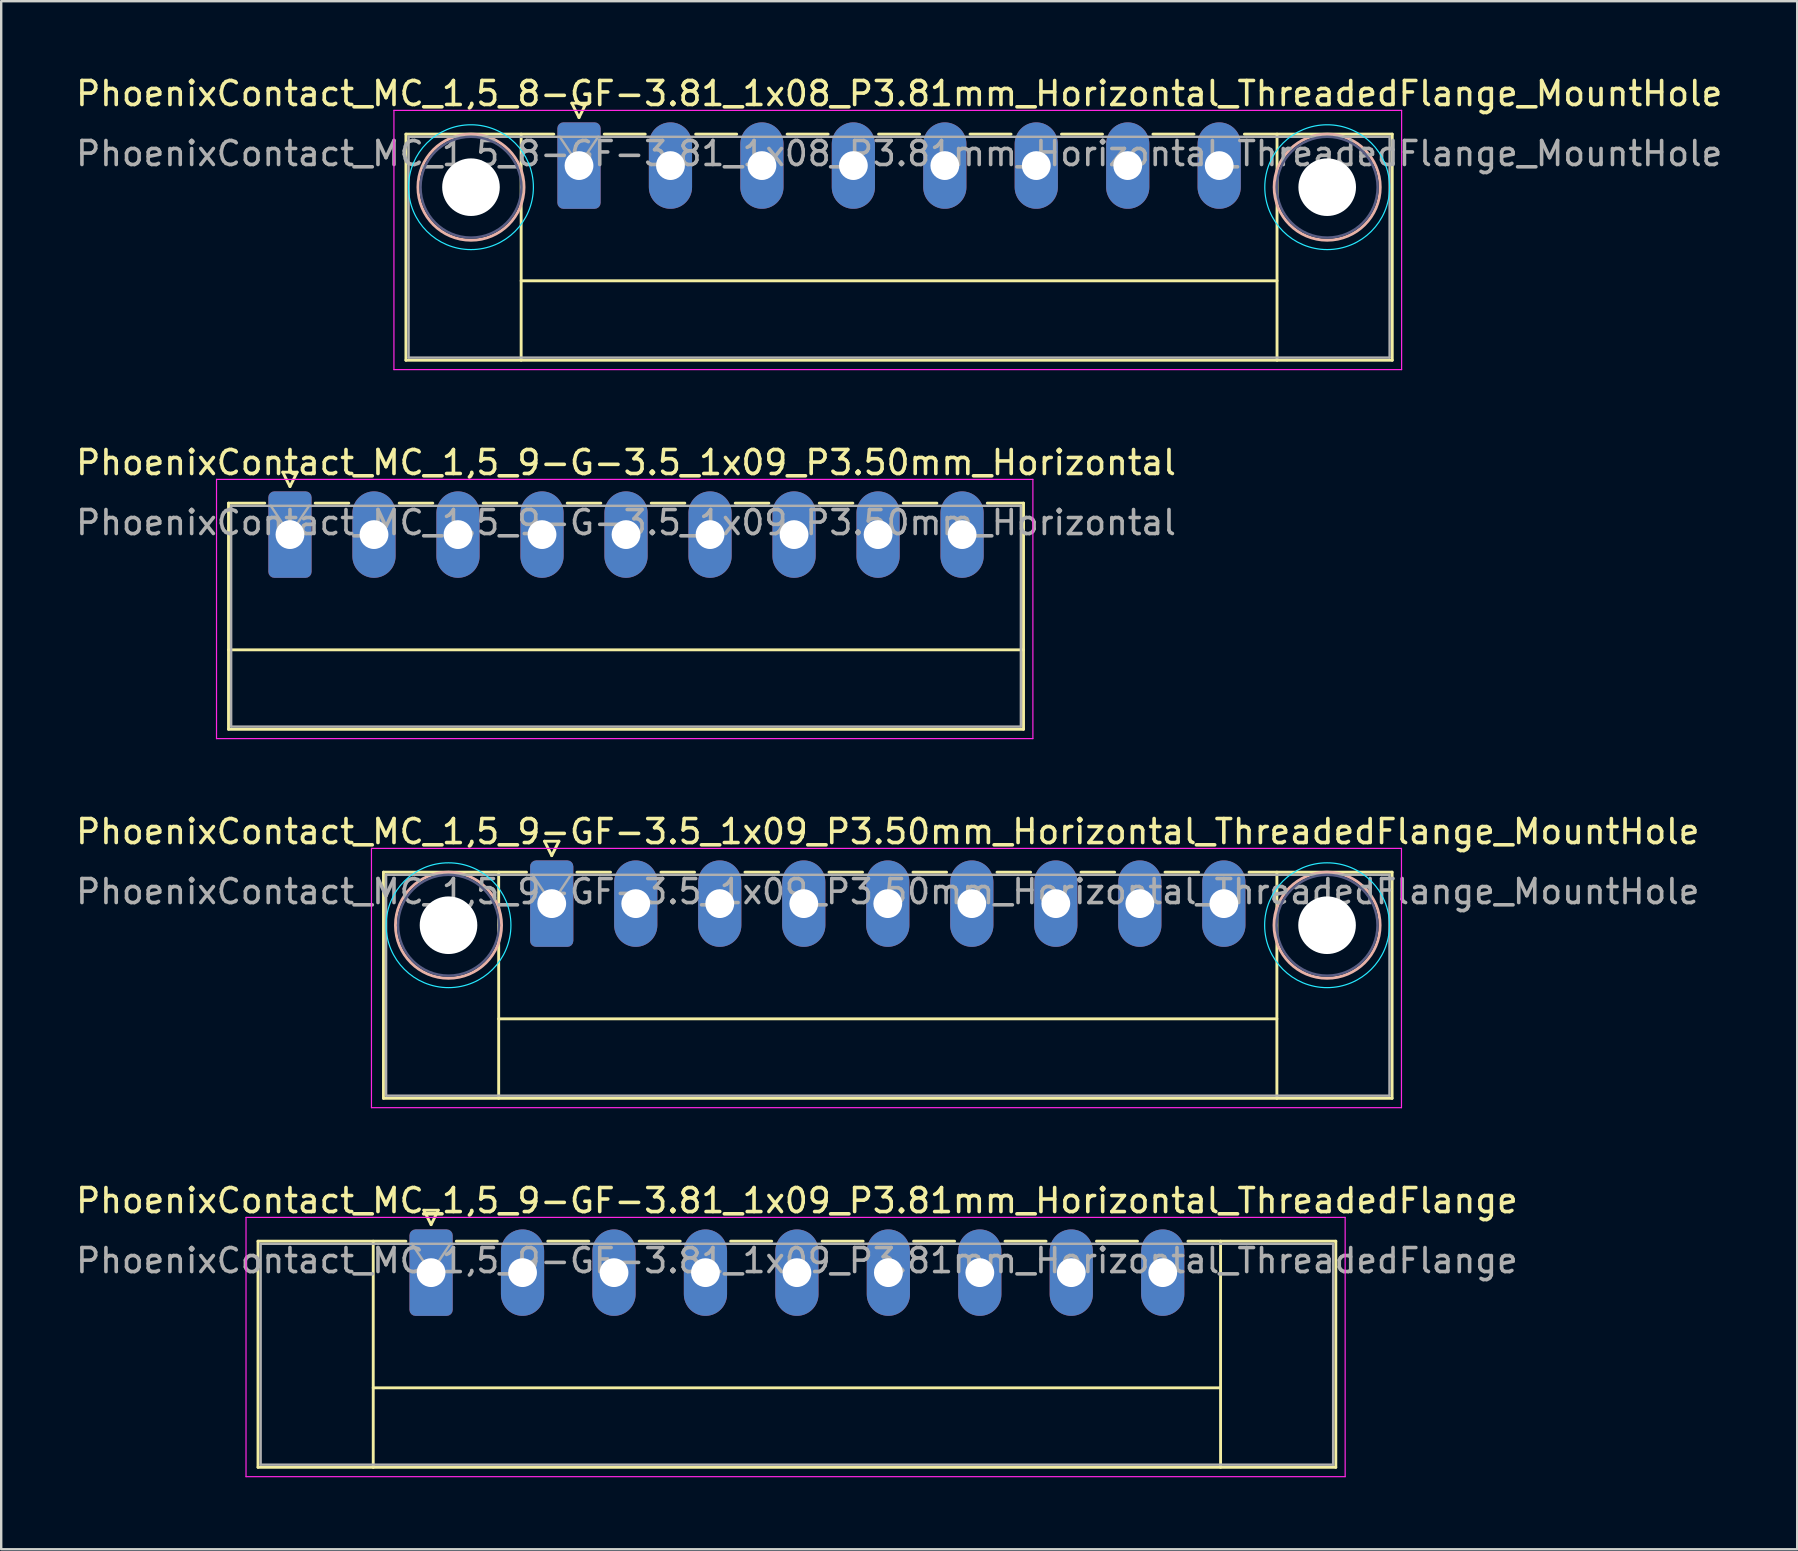
<source format=kicad_pcb>
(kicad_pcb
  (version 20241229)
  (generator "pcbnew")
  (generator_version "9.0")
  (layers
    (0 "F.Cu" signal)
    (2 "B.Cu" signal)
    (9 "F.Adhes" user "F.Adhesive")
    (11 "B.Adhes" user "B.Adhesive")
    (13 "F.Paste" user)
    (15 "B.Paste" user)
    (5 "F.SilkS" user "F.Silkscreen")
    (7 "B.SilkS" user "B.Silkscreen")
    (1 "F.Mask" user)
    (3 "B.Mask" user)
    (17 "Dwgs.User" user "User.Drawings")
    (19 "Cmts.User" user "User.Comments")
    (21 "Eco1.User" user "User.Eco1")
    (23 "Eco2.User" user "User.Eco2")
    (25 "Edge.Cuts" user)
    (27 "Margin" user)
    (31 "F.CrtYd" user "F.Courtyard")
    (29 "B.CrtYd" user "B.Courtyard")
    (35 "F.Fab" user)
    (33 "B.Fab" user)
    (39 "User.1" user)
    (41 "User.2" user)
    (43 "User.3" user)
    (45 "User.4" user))
  (footprint "PhoenixContact_MC_1,5_9-G-3.5_1x09_P3.50mm_Horizontal"
    (layer "F.Cu")
    (at 9.03 19.221)
    (property "Reference" "PhoenixContact_MC_1,5_9-G-3.5_1x09_P3.50mm_Horizontal" (at 14 -3 0) (layer "F.SilkS") (effects (font (size 1 1) (thickness 0.15))))
    (attr through_hole)
    (fp_line (start -2.56 -1.31) (end -2.56 8.11) (stroke (width 0.12) (type solid)) (layer "F.SilkS"))
    (fp_line (start -2.56 -1.31) (end -1.05 -1.31) (stroke (width 0.12) (type solid)) (layer "F.SilkS"))
    (fp_line (start -2.56 4.8) (end 30.56 4.8) (stroke (width 0.12) (type solid)) (layer "F.SilkS"))
    (fp_line (start -2.56 8.11) (end 30.56 8.11) (stroke (width 0.12) (type solid)) (layer "F.SilkS"))
    (fp_line (start -0.3 -2.6) (end 0.3 -2.6) (stroke (width 0.12) (type solid)) (layer "F.SilkS"))
    (fp_line (start 0 -2) (end -0.3 -2.6) (stroke (width 0.12) (type solid)) (layer "F.SilkS"))
    (fp_line (start 0.3 -2.6) (end 0 -2) (stroke (width 0.12) (type solid)) (layer "F.SilkS"))
    (fp_line (start 1.05 -1.31) (end 2.45 -1.31) (stroke (width 0.12) (type solid)) (layer "F.SilkS"))
    (fp_line (start 4.55 -1.31) (end 5.95 -1.31) (stroke (width 0.12) (type solid)) (layer "F.SilkS"))
    (fp_line (start 8.05 -1.31) (end 9.45 -1.31) (stroke (width 0.12) (type solid)) (layer "F.SilkS"))
    (fp_line (start 11.55 -1.31) (end 12.95 -1.31) (stroke (width 0.12) (type solid)) (layer "F.SilkS"))
    (fp_line (start 15.05 -1.31) (end 16.45 -1.31) (stroke (width 0.12) (type solid)) (layer "F.SilkS"))
    (fp_line (start 18.55 -1.31) (end 19.95 -1.31) (stroke (width 0.12) (type solid)) (layer "F.SilkS"))
    (fp_line (start 22.05 -1.31) (end 23.45 -1.31) (stroke (width 0.12) (type solid)) (layer "F.SilkS"))
    (fp_line (start 25.55 -1.31) (end 26.95 -1.31) (stroke (width 0.12) (type solid)) (layer "F.SilkS"))
    (fp_line (start 30.56 -1.31) (end 29.05 -1.31) (stroke (width 0.12) (type solid)) (layer "F.SilkS"))
    (fp_line (start 30.56 8.11) (end 30.56 -1.31) (stroke (width 0.12) (type solid)) (layer "F.SilkS"))
    (fp_line (start -3.06 -2.3) (end -3.06 8.5) (stroke (width 0.05) (type solid)) (layer "F.CrtYd"))
    (fp_line (start -3.06 8.5) (end 30.95 8.5) (stroke (width 0.05) (type solid)) (layer "F.CrtYd"))
    (fp_line (start 30.95 -2.3) (end -3.06 -2.3) (stroke (width 0.05) (type solid)) (layer "F.CrtYd"))
    (fp_line (start 30.95 8.5) (end 30.95 -2.3) (stroke (width 0.05) (type solid)) (layer "F.CrtYd"))
    (fp_line (start -2.45 -1.2) (end -2.45 8) (stroke (width 0.1) (type solid)) (layer "F.Fab"))
    (fp_line (start -2.45 8) (end 30.45 8) (stroke (width 0.1) (type solid)) (layer "F.Fab"))
    (fp_line (start 0 0) (end -0.8 -1.2) (stroke (width 0.1) (type solid)) (layer "F.Fab"))
    (fp_line (start 0.8 -1.2) (end 0 0) (stroke (width 0.1) (type solid)) (layer "F.Fab"))
    (fp_line (start 30.45 -1.2) (end -2.45 -1.2) (stroke (width 0.1) (type solid)) (layer "F.Fab"))
    (fp_line (start 30.45 8) (end 30.45 -1.2) (stroke (width 0.1) (type solid)) (layer "F.Fab"))
    (fp_text user "${REFERENCE}" (at 14 -0.5 0) (layer "F.Fab") (effects (font (size 1 1) (thickness 0.15))))
    (pad "1" thru_hole roundrect (at 0 0) (size 1.8 3.6) (drill 1.2) (layers "*.Cu" "*.Mask") (roundrect_rratio 0.139))
    (pad "2" thru_hole oval (at 3.5 0) (size 1.8 3.6) (drill 1.2) (layers "*.Cu" "*.Mask"))
    (pad "3" thru_hole oval (at 7 0) (size 1.8 3.6) (drill 1.2) (layers "*.Cu" "*.Mask"))
    (pad "4" thru_hole oval (at 10.5 0) (size 1.8 3.6) (drill 1.2) (layers "*.Cu" "*.Mask"))
    (pad "5" thru_hole oval (at 14 0) (size 1.8 3.6) (drill 1.2) (layers "*.Cu" "*.Mask"))
    (pad "6" thru_hole oval (at 17.5 0) (size 1.8 3.6) (drill 1.2) (layers "*.Cu" "*.Mask"))
    (pad "7" thru_hole oval (at 21 0) (size 1.8 3.6) (drill 1.2) (layers "*.Cu" "*.Mask"))
    (pad "8" thru_hole oval (at 24.5 0) (size 1.8 3.6) (drill 1.2) (layers "*.Cu" "*.Mask"))
    (pad "9" thru_hole oval (at 28 0) (size 1.8 3.6) (drill 1.2) (layers "*.Cu" "*.Mask")))
  (footprint "PhoenixContact_MC_1,5_9-GF-3.5_1x09_P3.50mm_Horizontal_ThreadedFlange_MountHole"
    (layer "F.Cu")
    (at 19.935 34.595)
    (property "Reference" "PhoenixContact_MC_1,5_9-GF-3.5_1x09_P3.50mm_Horizontal_ThreadedFlange_MountHole" (at 14 -3 0) (layer "F.SilkS") (effects (font (size 1 1) (thickness 0.15))))
    (attr through_hole)
    (fp_line (start -7.01 -1.31) (end -7.01 8.11) (stroke (width 0.12) (type solid)) (layer "F.SilkS"))
    (fp_line (start -7.01 -1.31) (end -1.05 -1.31) (stroke (width 0.12) (type solid)) (layer "F.SilkS"))
    (fp_line (start -7.01 8.11) (end 35.01 8.11) (stroke (width 0.12) (type solid)) (layer "F.SilkS"))
    (fp_line (start -2.21 -1.31) (end -2.21 8.11) (stroke (width 0.12) (type solid)) (layer "F.SilkS"))
    (fp_line (start -2.21 4.8) (end 30.21 4.8) (stroke (width 0.12) (type solid)) (layer "F.SilkS"))
    (fp_line (start -0.3 -2.6) (end 0.3 -2.6) (stroke (width 0.12) (type solid)) (layer "F.SilkS"))
    (fp_line (start 0 -2) (end -0.3 -2.6) (stroke (width 0.12) (type solid)) (layer "F.SilkS"))
    (fp_line (start 0.3 -2.6) (end 0 -2) (stroke (width 0.12) (type solid)) (layer "F.SilkS"))
    (fp_line (start 1.05 -1.31) (end 2.45 -1.31) (stroke (width 0.12) (type solid)) (layer "F.SilkS"))
    (fp_line (start 4.55 -1.31) (end 5.95 -1.31) (stroke (width 0.12) (type solid)) (layer "F.SilkS"))
    (fp_line (start 8.05 -1.31) (end 9.45 -1.31) (stroke (width 0.12) (type solid)) (layer "F.SilkS"))
    (fp_line (start 11.55 -1.31) (end 12.95 -1.31) (stroke (width 0.12) (type solid)) (layer "F.SilkS"))
    (fp_line (start 15.05 -1.31) (end 16.45 -1.31) (stroke (width 0.12) (type solid)) (layer "F.SilkS"))
    (fp_line (start 18.55 -1.31) (end 19.95 -1.31) (stroke (width 0.12) (type solid)) (layer "F.SilkS"))
    (fp_line (start 22.05 -1.31) (end 23.45 -1.31) (stroke (width 0.12) (type solid)) (layer "F.SilkS"))
    (fp_line (start 25.55 -1.31) (end 26.95 -1.31) (stroke (width 0.12) (type solid)) (layer "F.SilkS"))
    (fp_line (start 30.21 -1.31) (end 30.21 8.11) (stroke (width 0.12) (type solid)) (layer "F.SilkS"))
    (fp_line (start 35.01 -1.31) (end 29.05 -1.31) (stroke (width 0.12) (type solid)) (layer "F.SilkS"))
    (fp_line (start 35.01 8.11) (end 35.01 -1.31) (stroke (width 0.12) (type solid)) (layer "F.SilkS"))
    (fp_circle (center -4.3 0.9) (end -2.09 0.9) (stroke (width 0.12) (type solid)) (fill no) (layer "B.SilkS"))
    (fp_circle (center 32.3 0.9) (end 34.51 0.9) (stroke (width 0.12) (type solid)) (fill no) (layer "B.SilkS"))
    (fp_circle (center -4.3 0.9) (end -1.7 0.9) (stroke (width 0.05) (type solid)) (fill no) (layer "B.CrtYd"))
    (fp_circle (center 32.3 0.9) (end 34.9 0.9) (stroke (width 0.05) (type solid)) (fill no) (layer "B.CrtYd"))
    (fp_line (start -7.51 -2.3) (end -7.51 8.5) (stroke (width 0.05) (type solid)) (layer "F.CrtYd"))
    (fp_line (start -7.51 8.5) (end 35.4 8.5) (stroke (width 0.05) (type solid)) (layer "F.CrtYd"))
    (fp_line (start 35.4 -2.3) (end -7.51 -2.3) (stroke (width 0.05) (type solid)) (layer "F.CrtYd"))
    (fp_line (start 35.4 8.5) (end 35.4 -2.3) (stroke (width 0.05) (type solid)) (layer "F.CrtYd"))
    (fp_circle (center -4.3 0.9) (end -2.2 0.9) (stroke (width 0.1) (type solid)) (fill no) (layer "B.Fab"))
    (fp_circle (center 32.3 0.9) (end 34.4 0.9) (stroke (width 0.1) (type solid)) (fill no) (layer "B.Fab"))
    (fp_line (start -6.9 -1.2) (end -6.9 8) (stroke (width 0.1) (type solid)) (layer "F.Fab"))
    (fp_line (start -6.9 8) (end 34.9 8) (stroke (width 0.1) (type solid)) (layer "F.Fab"))
    (fp_line (start 0 0) (end -0.8 -1.2) (stroke (width 0.1) (type solid)) (layer "F.Fab"))
    (fp_line (start 0.8 -1.2) (end 0 0) (stroke (width 0.1) (type solid)) (layer "F.Fab"))
    (fp_line (start 34.9 -1.2) (end -6.9 -1.2) (stroke (width 0.1) (type solid)) (layer "F.Fab"))
    (fp_line (start 34.9 8) (end 34.9 -1.2) (stroke (width 0.1) (type solid)) (layer "F.Fab"))
    (fp_text user "${REFERENCE}" (at 14 -0.5 0) (layer "F.Fab") (effects (font (size 1 1) (thickness 0.15))))
    (pad "" np_thru_hole circle (at -4.3 0.9) (size 2.4 2.4) (drill 2.4) (layers "*.Cu" "*.Mask"))
    (pad "" np_thru_hole circle (at 32.3 0.9) (size 2.4 2.4) (drill 2.4) (layers "*.Cu" "*.Mask"))
    (pad "1" thru_hole roundrect (at 0 0) (size 1.8 3.6) (drill 1.2) (layers "*.Cu" "*.Mask") (roundrect_rratio 0.139))
    (pad "2" thru_hole oval (at 3.5 0) (size 1.8 3.6) (drill 1.2) (layers "*.Cu" "*.Mask"))
    (pad "3" thru_hole oval (at 7 0) (size 1.8 3.6) (drill 1.2) (layers "*.Cu" "*.Mask"))
    (pad "4" thru_hole oval (at 10.5 0) (size 1.8 3.6) (drill 1.2) (layers "*.Cu" "*.Mask"))
    (pad "5" thru_hole oval (at 14 0) (size 1.8 3.6) (drill 1.2) (layers "*.Cu" "*.Mask"))
    (pad "6" thru_hole oval (at 17.5 0) (size 1.8 3.6) (drill 1.2) (layers "*.Cu" "*.Mask"))
    (pad "7" thru_hole oval (at 21 0) (size 1.8 3.6) (drill 1.2) (layers "*.Cu" "*.Mask"))
    (pad "8" thru_hole oval (at 24.5 0) (size 1.8 3.6) (drill 1.2) (layers "*.Cu" "*.Mask"))
    (pad "9" thru_hole oval (at 28 0) (size 1.8 3.6) (drill 1.2) (layers "*.Cu" "*.Mask")))
  (footprint "PhoenixContact_MC_1,5_8-GF-3.81_1x08_P3.81mm_Horizontal_ThreadedFlange_MountHole"
    (layer "F.Cu")
    (at 21.071 3.848)
    (property "Reference" "PhoenixContact_MC_1,5_8-GF-3.81_1x08_P3.81mm_Horizontal_ThreadedFlange_MountHole" (at 13.34 -3 0) (layer "F.SilkS") (effects (font (size 1 1) (thickness 0.15))))
    (attr through_hole)
    (fp_line (start -7.21 -1.31) (end -7.21 8.11) (stroke (width 0.12) (type solid)) (layer "F.SilkS"))
    (fp_line (start -7.21 -1.31) (end -1.05 -1.31) (stroke (width 0.12) (type solid)) (layer "F.SilkS"))
    (fp_line (start -7.21 8.11) (end 33.88 8.11) (stroke (width 0.12) (type solid)) (layer "F.SilkS"))
    (fp_line (start -2.41 -1.31) (end -2.41 8.11) (stroke (width 0.12) (type solid)) (layer "F.SilkS"))
    (fp_line (start -2.41 4.8) (end 29.08 4.8) (stroke (width 0.12) (type solid)) (layer "F.SilkS"))
    (fp_line (start -0.3 -2.6) (end 0.3 -2.6) (stroke (width 0.12) (type solid)) (layer "F.SilkS"))
    (fp_line (start 0 -2) (end -0.3 -2.6) (stroke (width 0.12) (type solid)) (layer "F.SilkS"))
    (fp_line (start 0.3 -2.6) (end 0 -2) (stroke (width 0.12) (type solid)) (layer "F.SilkS"))
    (fp_line (start 1.05 -1.31) (end 2.76 -1.31) (stroke (width 0.12) (type solid)) (layer "F.SilkS"))
    (fp_line (start 4.86 -1.31) (end 6.57 -1.31) (stroke (width 0.12) (type solid)) (layer "F.SilkS"))
    (fp_line (start 8.67 -1.31) (end 10.38 -1.31) (stroke (width 0.12) (type solid)) (layer "F.SilkS"))
    (fp_line (start 12.48 -1.31) (end 14.19 -1.31) (stroke (width 0.12) (type solid)) (layer "F.SilkS"))
    (fp_line (start 16.29 -1.31) (end 18 -1.31) (stroke (width 0.12) (type solid)) (layer "F.SilkS"))
    (fp_line (start 20.1 -1.31) (end 21.81 -1.31) (stroke (width 0.12) (type solid)) (layer "F.SilkS"))
    (fp_line (start 23.91 -1.31) (end 25.62 -1.31) (stroke (width 0.12) (type solid)) (layer "F.SilkS"))
    (fp_line (start 29.08 -1.31) (end 29.08 8.11) (stroke (width 0.12) (type solid)) (layer "F.SilkS"))
    (fp_line (start 33.88 -1.31) (end 27.72 -1.31) (stroke (width 0.12) (type solid)) (layer "F.SilkS"))
    (fp_line (start 33.88 8.11) (end 33.88 -1.31) (stroke (width 0.12) (type solid)) (layer "F.SilkS"))
    (fp_circle (center -4.5 0.9) (end -2.29 0.9) (stroke (width 0.12) (type solid)) (fill no) (layer "B.SilkS"))
    (fp_circle (center 31.17 0.9) (end 33.38 0.9) (stroke (width 0.12) (type solid)) (fill no) (layer "B.SilkS"))
    (fp_circle (center -4.5 0.9) (end -1.9 0.9) (stroke (width 0.05) (type solid)) (fill no) (layer "B.CrtYd"))
    (fp_circle (center 31.17 0.9) (end 33.77 0.9) (stroke (width 0.05) (type solid)) (fill no) (layer "B.CrtYd"))
    (fp_line (start -7.71 -2.3) (end -7.71 8.5) (stroke (width 0.05) (type solid)) (layer "F.CrtYd"))
    (fp_line (start -7.71 8.5) (end 34.27 8.5) (stroke (width 0.05) (type solid)) (layer "F.CrtYd"))
    (fp_line (start 34.27 -2.3) (end -7.71 -2.3) (stroke (width 0.05) (type solid)) (layer "F.CrtYd"))
    (fp_line (start 34.27 8.5) (end 34.27 -2.3) (stroke (width 0.05) (type solid)) (layer "F.CrtYd"))
    (fp_circle (center -4.5 0.9) (end -2.4 0.9) (stroke (width 0.1) (type solid)) (fill no) (layer "B.Fab"))
    (fp_circle (center 31.17 0.9) (end 33.27 0.9) (stroke (width 0.1) (type solid)) (fill no) (layer "B.Fab"))
    (fp_line (start -7.1 -1.2) (end -7.1 8) (stroke (width 0.1) (type solid)) (layer "F.Fab"))
    (fp_line (start -7.1 8) (end 33.77 8) (stroke (width 0.1) (type solid)) (layer "F.Fab"))
    (fp_line (start 0 0) (end -0.8 -1.2) (stroke (width 0.1) (type solid)) (layer "F.Fab"))
    (fp_line (start 0.8 -1.2) (end 0 0) (stroke (width 0.1) (type solid)) (layer "F.Fab"))
    (fp_line (start 33.77 -1.2) (end -7.1 -1.2) (stroke (width 0.1) (type solid)) (layer "F.Fab"))
    (fp_line (start 33.77 8) (end 33.77 -1.2) (stroke (width 0.1) (type solid)) (layer "F.Fab"))
    (fp_text user "${REFERENCE}" (at 13.34 -0.5 0) (layer "F.Fab") (effects (font (size 1 1) (thickness 0.15))))
    (pad "" np_thru_hole circle (at -4.5 0.9) (size 2.4 2.4) (drill 2.4) (layers "*.Cu" "*.Mask"))
    (pad "" np_thru_hole circle (at 31.17 0.9) (size 2.4 2.4) (drill 2.4) (layers "*.Cu" "*.Mask"))
    (pad "1" thru_hole roundrect (at 0 0) (size 1.8 3.6) (drill 1.2) (layers "*.Cu" "*.Mask") (roundrect_rratio 0.139))
    (pad "2" thru_hole oval (at 3.81 0) (size 1.8 3.6) (drill 1.2) (layers "*.Cu" "*.Mask"))
    (pad "3" thru_hole oval (at 7.62 0) (size 1.8 3.6) (drill 1.2) (layers "*.Cu" "*.Mask"))
    (pad "4" thru_hole oval (at 11.43 0) (size 1.8 3.6) (drill 1.2) (layers "*.Cu" "*.Mask"))
    (pad "5" thru_hole oval (at 15.24 0) (size 1.8 3.6) (drill 1.2) (layers "*.Cu" "*.Mask"))
    (pad "6" thru_hole oval (at 19.05 0) (size 1.8 3.6) (drill 1.2) (layers "*.Cu" "*.Mask"))
    (pad "7" thru_hole oval (at 22.86 0) (size 1.8 3.6) (drill 1.2) (layers "*.Cu" "*.Mask"))
    (pad "8" thru_hole oval (at 26.67 0) (size 1.8 3.6) (drill 1.2) (layers "*.Cu" "*.Mask")))
  (footprint "PhoenixContact_MC_1,5_9-GF-3.81_1x09_P3.81mm_Horizontal_ThreadedFlange"
    (layer "F.Cu")
    (at 14.909 49.968)
    (property "Reference" "PhoenixContact_MC_1,5_9-GF-3.81_1x09_P3.81mm_Horizontal_ThreadedFlange" (at 15.24 -3 0) (layer "F.SilkS") (effects (font (size 1 1) (thickness 0.15))))
    (attr through_hole)
    (fp_line (start -7.21 -1.31) (end -7.21 8.11) (stroke (width 0.12) (type solid)) (layer "F.SilkS"))
    (fp_line (start -7.21 -1.31) (end -1.05 -1.31) (stroke (width 0.12) (type solid)) (layer "F.SilkS"))
    (fp_line (start -7.21 8.11) (end 37.69 8.11) (stroke (width 0.12) (type solid)) (layer "F.SilkS"))
    (fp_line (start -2.41 -1.31) (end -2.41 8.11) (stroke (width 0.12) (type solid)) (layer "F.SilkS"))
    (fp_line (start -2.41 4.8) (end 32.89 4.8) (stroke (width 0.12) (type solid)) (layer "F.SilkS"))
    (fp_line (start -0.3 -2.6) (end 0.3 -2.6) (stroke (width 0.12) (type solid)) (layer "F.SilkS"))
    (fp_line (start 0 -2) (end -0.3 -2.6) (stroke (width 0.12) (type solid)) (layer "F.SilkS"))
    (fp_line (start 0.3 -2.6) (end 0 -2) (stroke (width 0.12) (type solid)) (layer "F.SilkS"))
    (fp_line (start 1.05 -1.31) (end 2.76 -1.31) (stroke (width 0.12) (type solid)) (layer "F.SilkS"))
    (fp_line (start 4.86 -1.31) (end 6.57 -1.31) (stroke (width 0.12) (type solid)) (layer "F.SilkS"))
    (fp_line (start 8.67 -1.31) (end 10.38 -1.31) (stroke (width 0.12) (type solid)) (layer "F.SilkS"))
    (fp_line (start 12.48 -1.31) (end 14.19 -1.31) (stroke (width 0.12) (type solid)) (layer "F.SilkS"))
    (fp_line (start 16.29 -1.31) (end 18 -1.31) (stroke (width 0.12) (type solid)) (layer "F.SilkS"))
    (fp_line (start 20.1 -1.31) (end 21.81 -1.31) (stroke (width 0.12) (type solid)) (layer "F.SilkS"))
    (fp_line (start 23.91 -1.31) (end 25.62 -1.31) (stroke (width 0.12) (type solid)) (layer "F.SilkS"))
    (fp_line (start 27.72 -1.31) (end 29.43 -1.31) (stroke (width 0.12) (type solid)) (layer "F.SilkS"))
    (fp_line (start 32.89 -1.31) (end 32.89 8.11) (stroke (width 0.12) (type solid)) (layer "F.SilkS"))
    (fp_line (start 37.69 -1.31) (end 31.53 -1.31) (stroke (width 0.12) (type solid)) (layer "F.SilkS"))
    (fp_line (start 37.69 8.11) (end 37.69 -1.31) (stroke (width 0.12) (type solid)) (layer "F.SilkS"))
    (fp_line (start -7.71 -2.3) (end -7.71 8.5) (stroke (width 0.05) (type solid)) (layer "F.CrtYd"))
    (fp_line (start -7.71 8.5) (end 38.08 8.5) (stroke (width 0.05) (type solid)) (layer "F.CrtYd"))
    (fp_line (start 38.08 -2.3) (end -7.71 -2.3) (stroke (width 0.05) (type solid)) (layer "F.CrtYd"))
    (fp_line (start 38.08 8.5) (end 38.08 -2.3) (stroke (width 0.05) (type solid)) (layer "F.CrtYd"))
    (fp_line (start -7.1 -1.2) (end -7.1 8) (stroke (width 0.1) (type solid)) (layer "F.Fab"))
    (fp_line (start -7.1 8) (end 37.58 8) (stroke (width 0.1) (type solid)) (layer "F.Fab"))
    (fp_line (start 0 0) (end -0.8 -1.2) (stroke (width 0.1) (type solid)) (layer "F.Fab"))
    (fp_line (start 0.8 -1.2) (end 0 0) (stroke (width 0.1) (type solid)) (layer "F.Fab"))
    (fp_line (start 37.58 -1.2) (end -7.1 -1.2) (stroke (width 0.1) (type solid)) (layer "F.Fab"))
    (fp_line (start 37.58 8) (end 37.58 -1.2) (stroke (width 0.1) (type solid)) (layer "F.Fab"))
    (fp_text user "${REFERENCE}" (at 15.24 -0.5 0) (layer "F.Fab") (effects (font (size 1 1) (thickness 0.15))))
    (pad "1" thru_hole roundrect (at 0 0) (size 1.8 3.6) (drill 1.2) (layers "*.Cu" "*.Mask") (roundrect_rratio 0.139))
    (pad "2" thru_hole oval (at 3.81 0) (size 1.8 3.6) (drill 1.2) (layers "*.Cu" "*.Mask"))
    (pad "3" thru_hole oval (at 7.62 0) (size 1.8 3.6) (drill 1.2) (layers "*.Cu" "*.Mask"))
    (pad "4" thru_hole oval (at 11.43 0) (size 1.8 3.6) (drill 1.2) (layers "*.Cu" "*.Mask"))
    (pad "5" thru_hole oval (at 15.24 0) (size 1.8 3.6) (drill 1.2) (layers "*.Cu" "*.Mask"))
    (pad "6" thru_hole oval (at 19.05 0) (size 1.8 3.6) (drill 1.2) (layers "*.Cu" "*.Mask"))
    (pad "7" thru_hole oval (at 22.86 0) (size 1.8 3.6) (drill 1.2) (layers "*.Cu" "*.Mask"))
    (pad "8" thru_hole oval (at 26.67 0) (size 1.8 3.6) (drill 1.2) (layers "*.Cu" "*.Mask"))
    (pad "9" thru_hole oval (at 30.48 0) (size 1.8 3.6) (drill 1.2) (layers "*.Cu" "*.Mask")))
  (gr_rect
    (start -3 -3)
    (end 71.821 61.493)
    (stroke (width 0.1) (type default))
    (fill no)
    (layer "Edge.Cuts")))
</source>
